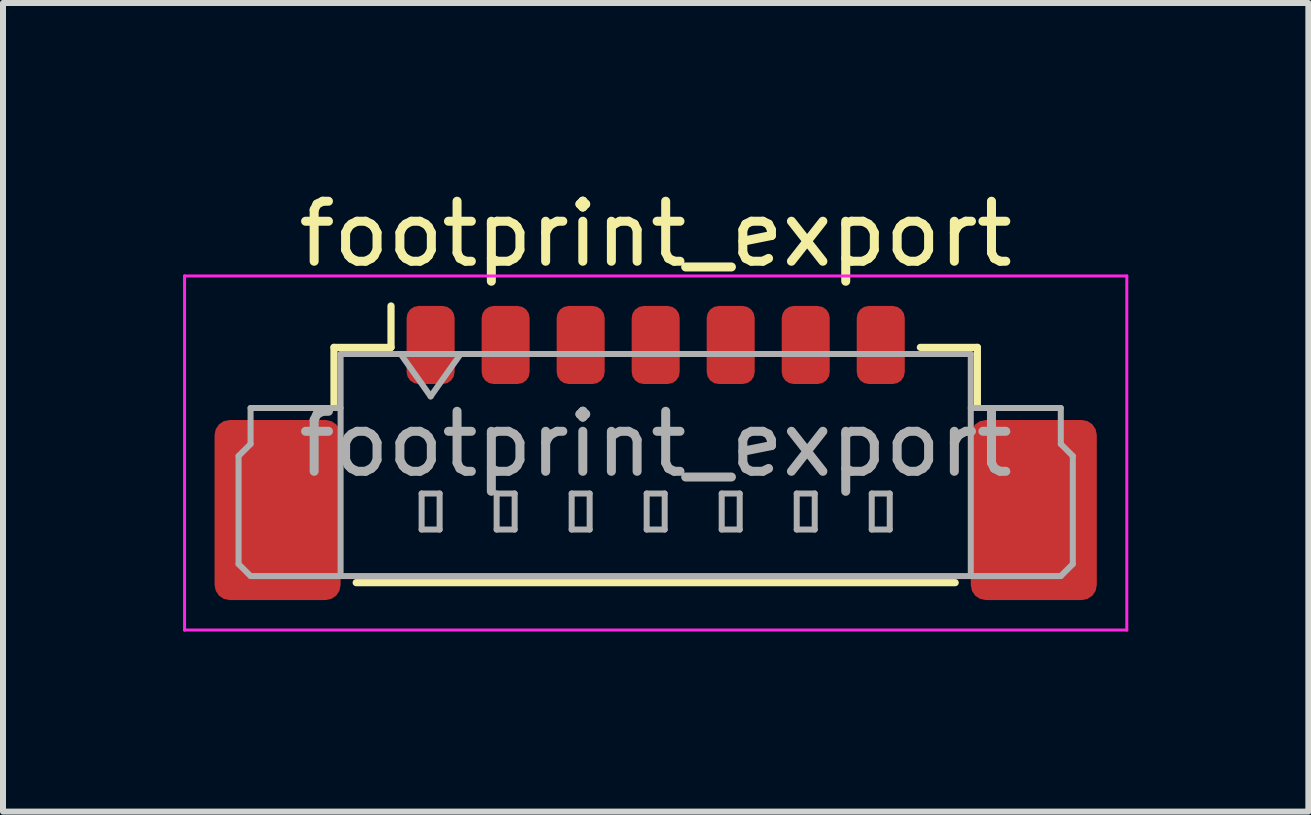
<source format=kicad_pcb>
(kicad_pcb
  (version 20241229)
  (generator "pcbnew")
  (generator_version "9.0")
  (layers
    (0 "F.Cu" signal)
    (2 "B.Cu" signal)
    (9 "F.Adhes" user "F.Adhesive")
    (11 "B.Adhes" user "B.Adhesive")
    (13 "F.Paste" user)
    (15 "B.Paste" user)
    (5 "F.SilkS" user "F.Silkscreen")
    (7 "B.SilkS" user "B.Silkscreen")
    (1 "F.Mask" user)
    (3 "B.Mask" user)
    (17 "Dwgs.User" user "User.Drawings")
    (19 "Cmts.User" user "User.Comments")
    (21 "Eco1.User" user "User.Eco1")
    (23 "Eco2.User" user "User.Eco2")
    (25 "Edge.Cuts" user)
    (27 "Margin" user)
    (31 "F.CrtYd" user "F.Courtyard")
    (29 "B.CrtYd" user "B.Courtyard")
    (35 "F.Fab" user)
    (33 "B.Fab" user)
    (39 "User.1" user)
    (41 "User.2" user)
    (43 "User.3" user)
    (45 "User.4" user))
  (footprint "footprint_export"
    (layer "F.Cu")
    (at 7.875 3.948)
    (property "Reference" "footprint_export" (at 0 -3.1 0) (layer "F.SilkS") (effects (font (size 1 1) (thickness 0.15))))
    (attr smd)
    (fp_line (start -5.36 -1.21) (end -4.41 -1.21) (stroke (width 0.12) (type solid)) (layer "F.SilkS"))
    (fp_line (start -5.36 -0.26) (end -5.36 -1.21) (stroke (width 0.12) (type solid)) (layer "F.SilkS"))
    (fp_line (start -4.99 2.71) (end 4.99 2.71) (stroke (width 0.12) (type solid)) (layer "F.SilkS"))
    (fp_line (start -4.41 -1.21) (end -4.41 -1.9) (stroke (width 0.12) (type solid)) (layer "F.SilkS"))
    (fp_line (start 5.36 -1.21) (end 4.41 -1.21) (stroke (width 0.12) (type solid)) (layer "F.SilkS"))
    (fp_line (start 5.36 -0.26) (end 5.36 -1.21) (stroke (width 0.12) (type solid)) (layer "F.SilkS"))
    (fp_line (start -7.85 -2.4) (end -7.85 3.5) (stroke (width 0.05) (type solid)) (layer "F.CrtYd"))
    (fp_line (start -7.85 3.5) (end 7.85 3.5) (stroke (width 0.05) (type solid)) (layer "F.CrtYd"))
    (fp_line (start 7.85 -2.4) (end -7.85 -2.4) (stroke (width 0.05) (type solid)) (layer "F.CrtYd"))
    (fp_line (start 7.85 3.5) (end 7.85 -2.4) (stroke (width 0.05) (type solid)) (layer "F.CrtYd"))
    (fp_line (start -6.95 0.6) (end -6.75 0.4) (stroke (width 0.1) (type solid)) (layer "F.Fab"))
    (fp_line (start -6.95 2.4) (end -6.95 0.6) (stroke (width 0.1) (type solid)) (layer "F.Fab"))
    (fp_line (start -6.75 -0.2) (end -5.25 -0.2) (stroke (width 0.1) (type solid)) (layer "F.Fab"))
    (fp_line (start -6.75 0.4) (end -6.75 -0.2) (stroke (width 0.1) (type solid)) (layer "F.Fab"))
    (fp_line (start -6.75 2.6) (end -6.95 2.4) (stroke (width 0.1) (type solid)) (layer "F.Fab"))
    (fp_line (start -5.25 -1.1) (end -5.25 2.6) (stroke (width 0.1) (type solid)) (layer "F.Fab"))
    (fp_line (start -5.25 -1.1) (end 5.25 -1.1) (stroke (width 0.1) (type solid)) (layer "F.Fab"))
    (fp_line (start -5.25 2.6) (end -6.75 2.6) (stroke (width 0.1) (type solid)) (layer "F.Fab"))
    (fp_line (start -5.25 2.6) (end 5.25 2.6) (stroke (width 0.1) (type solid)) (layer "F.Fab"))
    (fp_line (start -4.25 -1.1) (end -3.75 -0.393) (stroke (width 0.1) (type solid)) (layer "F.Fab"))
    (fp_line (start -3.9 1.225) (end -3.9 1.825) (stroke (width 0.1) (type solid)) (layer "F.Fab"))
    (fp_line (start -3.9 1.825) (end -3.6 1.825) (stroke (width 0.1) (type solid)) (layer "F.Fab"))
    (fp_line (start -3.75 -0.393) (end -3.25 -1.1) (stroke (width 0.1) (type solid)) (layer "F.Fab"))
    (fp_line (start -3.6 1.225) (end -3.9 1.225) (stroke (width 0.1) (type solid)) (layer "F.Fab"))
    (fp_line (start -3.6 1.825) (end -3.6 1.225) (stroke (width 0.1) (type solid)) (layer "F.Fab"))
    (fp_line (start -2.65 1.225) (end -2.65 1.825) (stroke (width 0.1) (type solid)) (layer "F.Fab"))
    (fp_line (start -2.65 1.825) (end -2.35 1.825) (stroke (width 0.1) (type solid)) (layer "F.Fab"))
    (fp_line (start -2.35 1.225) (end -2.65 1.225) (stroke (width 0.1) (type solid)) (layer "F.Fab"))
    (fp_line (start -2.35 1.825) (end -2.35 1.225) (stroke (width 0.1) (type solid)) (layer "F.Fab"))
    (fp_line (start -1.4 1.225) (end -1.4 1.825) (stroke (width 0.1) (type solid)) (layer "F.Fab"))
    (fp_line (start -1.4 1.825) (end -1.1 1.825) (stroke (width 0.1) (type solid)) (layer "F.Fab"))
    (fp_line (start -1.1 1.225) (end -1.4 1.225) (stroke (width 0.1) (type solid)) (layer "F.Fab"))
    (fp_line (start -1.1 1.825) (end -1.1 1.225) (stroke (width 0.1) (type solid)) (layer "F.Fab"))
    (fp_line (start -0.15 1.225) (end -0.15 1.825) (stroke (width 0.1) (type solid)) (layer "F.Fab"))
    (fp_line (start -0.15 1.825) (end 0.15 1.825) (stroke (width 0.1) (type solid)) (layer "F.Fab"))
    (fp_line (start 0.15 1.225) (end -0.15 1.225) (stroke (width 0.1) (type solid)) (layer "F.Fab"))
    (fp_line (start 0.15 1.825) (end 0.15 1.225) (stroke (width 0.1) (type solid)) (layer "F.Fab"))
    (fp_line (start 1.1 1.225) (end 1.1 1.825) (stroke (width 0.1) (type solid)) (layer "F.Fab"))
    (fp_line (start 1.1 1.825) (end 1.4 1.825) (stroke (width 0.1) (type solid)) (layer "F.Fab"))
    (fp_line (start 1.4 1.225) (end 1.1 1.225) (stroke (width 0.1) (type solid)) (layer "F.Fab"))
    (fp_line (start 1.4 1.825) (end 1.4 1.225) (stroke (width 0.1) (type solid)) (layer "F.Fab"))
    (fp_line (start 2.35 1.225) (end 2.35 1.825) (stroke (width 0.1) (type solid)) (layer "F.Fab"))
    (fp_line (start 2.35 1.825) (end 2.65 1.825) (stroke (width 0.1) (type solid)) (layer "F.Fab"))
    (fp_line (start 2.65 1.225) (end 2.35 1.225) (stroke (width 0.1) (type solid)) (layer "F.Fab"))
    (fp_line (start 2.65 1.825) (end 2.65 1.225) (stroke (width 0.1) (type solid)) (layer "F.Fab"))
    (fp_line (start 3.6 1.225) (end 3.6 1.825) (stroke (width 0.1) (type solid)) (layer "F.Fab"))
    (fp_line (start 3.6 1.825) (end 3.9 1.825) (stroke (width 0.1) (type solid)) (layer "F.Fab"))
    (fp_line (start 3.9 1.225) (end 3.6 1.225) (stroke (width 0.1) (type solid)) (layer "F.Fab"))
    (fp_line (start 3.9 1.825) (end 3.9 1.225) (stroke (width 0.1) (type solid)) (layer "F.Fab"))
    (fp_line (start 5.25 -1.1) (end 5.25 2.6) (stroke (width 0.1) (type solid)) (layer "F.Fab"))
    (fp_line (start 5.25 2.6) (end 6.75 2.6) (stroke (width 0.1) (type solid)) (layer "F.Fab"))
    (fp_line (start 6.75 -0.2) (end 5.25 -0.2) (stroke (width 0.1) (type solid)) (layer "F.Fab"))
    (fp_line (start 6.75 0.4) (end 6.75 -0.2) (stroke (width 0.1) (type solid)) (layer "F.Fab"))
    (fp_line (start 6.75 2.6) (end 6.95 2.4) (stroke (width 0.1) (type solid)) (layer "F.Fab"))
    (fp_line (start 6.95 0.6) (end 6.75 0.4) (stroke (width 0.1) (type solid)) (layer "F.Fab"))
    (fp_line (start 6.95 2.4) (end 6.95 0.6) (stroke (width 0.1) (type solid)) (layer "F.Fab"))
    (fp_text user "${REFERENCE}" (at 0 0.4 0) (layer "F.Fab") (effects (font (size 1 1) (thickness 0.15))))
    (pad "1" smd roundrect (at -3.75 -1.25) (size 0.8 1.3) (layers "F.Cu" "F.Mask" "F.Paste") (roundrect_rratio 0.25))
    (pad "2" smd roundrect (at -2.5 -1.25) (size 0.8 1.3) (layers "F.Cu" "F.Mask" "F.Paste") (roundrect_rratio 0.25))
    (pad "3" smd roundrect (at -1.25 -1.25) (size 0.8 1.3) (layers "F.Cu" "F.Mask" "F.Paste") (roundrect_rratio 0.25))
    (pad "4" smd roundrect (at 0 -1.25) (size 0.8 1.3) (layers "F.Cu" "F.Mask" "F.Paste") (roundrect_rratio 0.25))
    (pad "5" smd roundrect (at 1.25 -1.25) (size 0.8 1.3) (layers "F.Cu" "F.Mask" "F.Paste") (roundrect_rratio 0.25))
    (pad "6" smd roundrect (at 2.5 -1.25) (size 0.8 1.3) (layers "F.Cu" "F.Mask" "F.Paste") (roundrect_rratio 0.25))
    (pad "7" smd roundrect (at 3.75 -1.25) (size 0.8 1.3) (layers "F.Cu" "F.Mask" "F.Paste") (roundrect_rratio 0.25))
    (pad "MP" smd roundrect (at -6.3 1.5) (size 2.1 3) (layers "F.Cu" "F.Mask" "F.Paste") (roundrect_rratio 0.119))
    (pad "MP" smd roundrect (at 6.3 1.5) (size 2.1 3) (layers "F.Cu" "F.Mask" "F.Paste") (roundrect_rratio 0.119)))
  (gr_rect
    (start -3 -3)
    (end 18.75 10.473)
    (stroke (width 0.1) (type default))
    (fill no)
    (layer "Edge.Cuts")))
</source>
